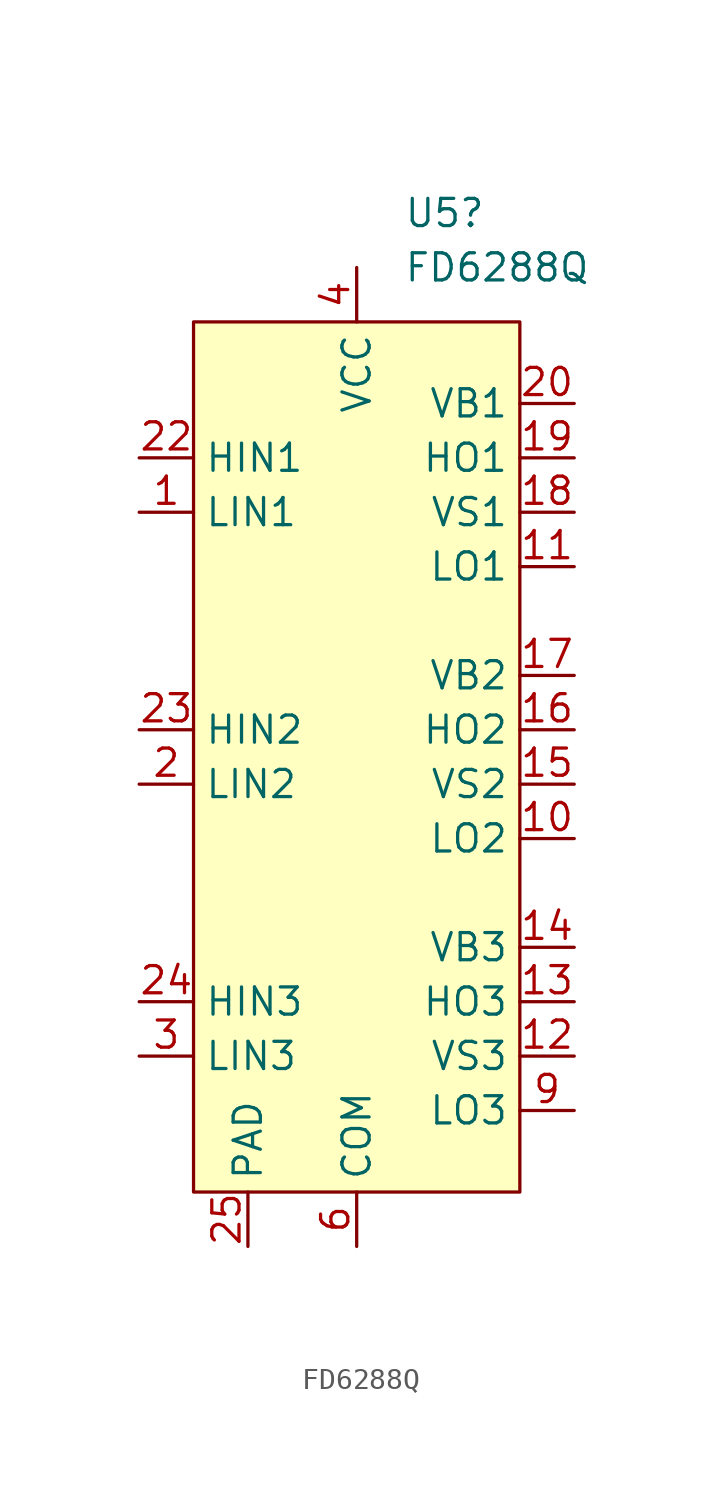
<source format=kicad_sym>
(kicad_symbol_lib
  (version 20220914)
  (generator kicad_symbol_editor)
  (symbol "FD6288Q"
    (property "Reference" "U5"
      (at 2.194 25.4 0)
      (effects (font (size 1.27 1.27)) (justify left)))
    (property "Value" "FD6288Q"
      (at 2.194 22.86 0)
      (effects (font (size 1.27 1.27)) (justify left)))
    (symbol "FD6288Q_1_1"
      (rectangle (start -7.62 20.32) (end 7.62 -20.32) (stroke (width 0) (type default)) (fill (type background)))
      (pin passive line (at -10.16 11.43 0) (length 2.54) (name "LIN1" (effects (font (size 1.27 1.27)))) (number "1" (effects (font (size 1.27 1.27)))))
      (pin passive line (at 10.16 -3.81 180) (length 2.54) (name "LO2" (effects (font (size 1.27 1.27)))) (number "10" (effects (font (size 1.27 1.27)))))
      (pin passive line (at 10.16 8.89 180) (length 2.54) (name "LO1" (effects (font (size 1.27 1.27)))) (number "11" (effects (font (size 1.27 1.27)))))
      (pin passive line (at 10.16 -13.97 180) (length 2.54) (name "VS3" (effects (font (size 1.27 1.27)))) (number "12" (effects (font (size 1.27 1.27)))))
      (pin passive line (at 10.16 -11.43 180) (length 2.54) (name "HO3" (effects (font (size 1.27 1.27)))) (number "13" (effects (font (size 1.27 1.27)))))
      (pin passive line (at 10.16 -8.89 180) (length 2.54) (name "VB3" (effects (font (size 1.27 1.27)))) (number "14" (effects (font (size 1.27 1.27)))))
      (pin passive line (at 10.16 -1.27 180) (length 2.54) (name "VS2" (effects (font (size 1.27 1.27)))) (number "15" (effects (font (size 1.27 1.27)))))
      (pin passive line (at 10.16 1.27 180) (length 2.54) (name "HO2" (effects (font (size 1.27 1.27)))) (number "16" (effects (font (size 1.27 1.27)))))
      (pin passive line (at 10.16 3.81 180) (length 2.54) (name "VB2" (effects (font (size 1.27 1.27)))) (number "17" (effects (font (size 1.27 1.27)))))
      (pin passive line (at 10.16 11.43 180) (length 2.54) (name "VS1" (effects (font (size 1.27 1.27)))) (number "18" (effects (font (size 1.27 1.27)))))
      (pin passive line (at 10.16 13.97 180) (length 2.54) (name "HO1" (effects (font (size 1.27 1.27)))) (number "19" (effects (font (size 1.27 1.27)))))
      (pin passive line (at -10.16 -1.27 0) (length 2.54) (name "LIN2" (effects (font (size 1.27 1.27)))) (number "2" (effects (font (size 1.27 1.27)))))
      (pin passive line (at 10.16 16.51 180) (length 2.54) (name "VB1" (effects (font (size 1.27 1.27)))) (number "20" (effects (font (size 1.27 1.27)))))
      (pin no_connect line (at -6.35 22.86 270) (length 2.54) hide (name "NC" (effects (font (size 1.27 1.27)))) (number "21" (effects (font (size 1.27 1.27)))))
      (pin passive line (at -10.16 13.97 0) (length 2.54) (name "HIN1" (effects (font (size 1.27 1.27)))) (number "22" (effects (font (size 1.27 1.27)))))
      (pin passive line (at -10.16 1.27 0) (length 2.54) (name "HIN2" (effects (font (size 1.27 1.27)))) (number "23" (effects (font (size 1.27 1.27)))))
      (pin passive line (at -10.16 -11.43 0) (length 2.54) (name "HIN3" (effects (font (size 1.27 1.27)))) (number "24" (effects (font (size 1.27 1.27)))))
      (pin passive line (at -5.08 -22.86 90) (length 2.54) (name "PAD" (effects (font (size 1.27 1.27)))) (number "25" (effects (font (size 1.27 1.27)))))
      (pin passive line (at -10.16 -13.97 0) (length 2.54) (name "LIN3" (effects (font (size 1.27 1.27)))) (number "3" (effects (font (size 1.27 1.27)))))
      (pin passive line (at 0 22.86 270) (length 2.54) (name "VCC" (effects (font (size 1.27 1.27)))) (number "4" (effects (font (size 1.27 1.27)))))
      (pin no_connect line (at -10.16 6.35 0) (length 2.54) hide (name "NC" (effects (font (size 1.27 1.27)))) (number "5" (effects (font (size 1.27 1.27)))))
      (pin passive line (at 0 -22.86 90) (length 2.54) (name "COM" (effects (font (size 1.27 1.27)))) (number "6" (effects (font (size 1.27 1.27)))))
      (pin no_connect line (at -10.16 -5.08 0) (length 2.54) hide (name "NC" (effects (font (size 1.27 1.27)))) (number "7" (effects (font (size 1.27 1.27)))))
      (pin no_connect line (at -10.16 -7.62 0) (length 2.54) hide (name "NC" (effects (font (size 1.27 1.27)))) (number "8" (effects (font (size 1.27 1.27)))))
      (pin passive line (at 10.16 -16.51 180) (length 2.54) (name "LO3" (effects (font (size 1.27 1.27)))) (number "9" (effects (font (size 1.27 1.27)))) (alternate "" input line)))))
</source>
